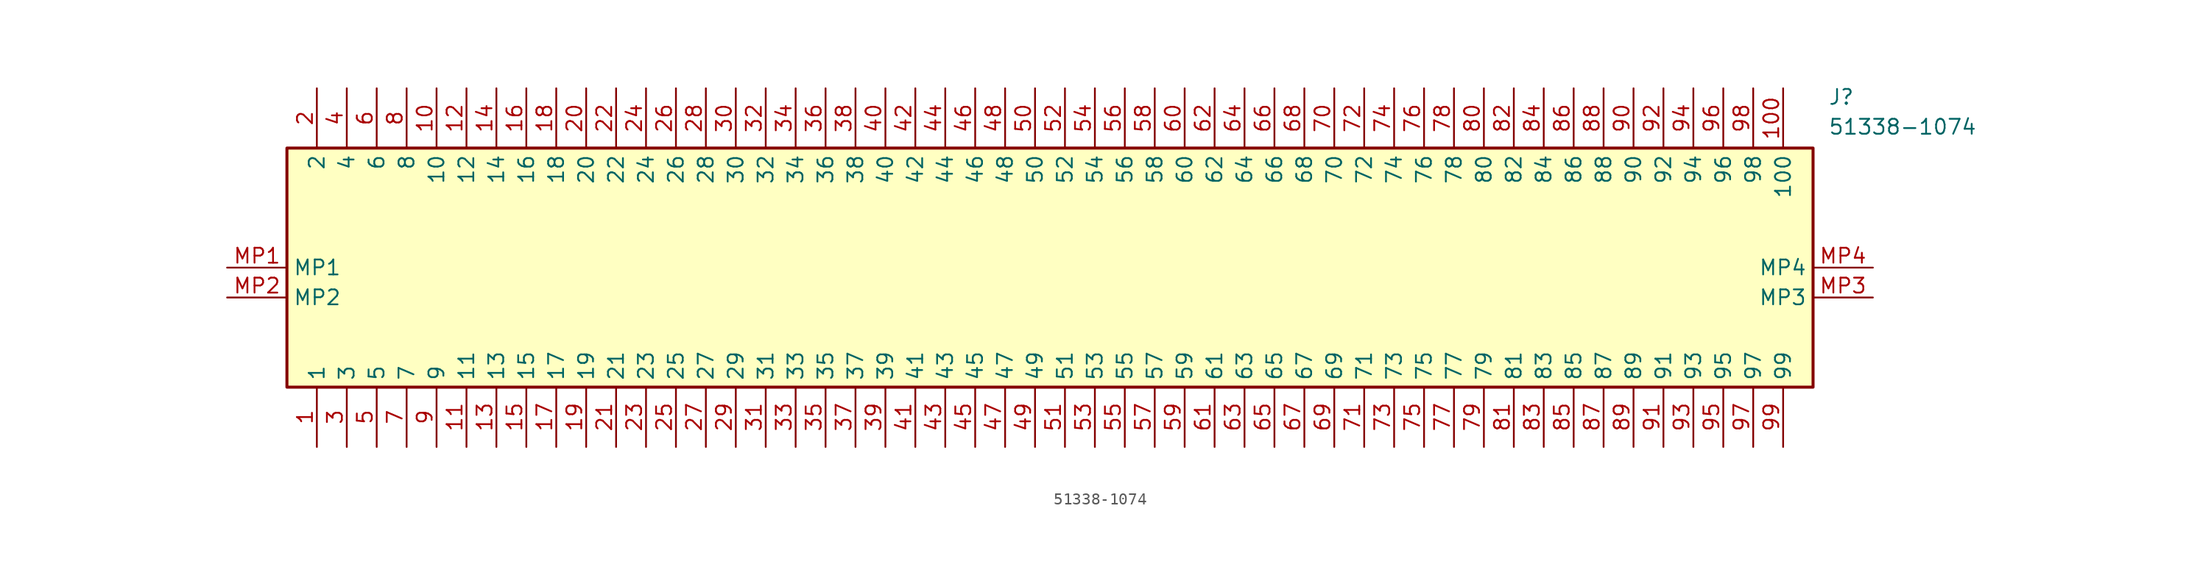
<source format=kicad_sym>
(kicad_symbol_lib
  (version 20241209)
  (generator "kicad_symbol_editor")
  (generator_version "9.0")
  (symbol "51338-1074"
    (property "Reference" "J"
      (at 135.89 15.24 0)
      (effects (font (size 1.27 1.27)) (justify left top)))
    (property "Value" "51338-1074"
      (at 135.89 12.7 0)
      (effects (font (size 1.27 1.27)) (justify left top)))
    (symbol "51338-1074_1_1"
      (rectangle (start 5.08 10.16) (end 134.62 -10.16) (stroke (width 0.254) (type default)) (fill (type background)))
      (pin passive line (at 0 0 0) (length 5.08) (name "MP1" (effects (font (size 1.27 1.27)))) (number "MP1" (effects (font (size 1.27 1.27)))))
      (pin passive line (at 0 -2.54 0) (length 5.08) (name "MP2" (effects (font (size 1.27 1.27)))) (number "MP2" (effects (font (size 1.27 1.27)))))
      (pin passive line (at 7.62 15.24 270) (length 5.08) (name "2" (effects (font (size 1.27 1.27)))) (number "2" (effects (font (size 1.27 1.27)))))
      (pin passive line (at 7.62 -15.24 90) (length 5.08) (name "1" (effects (font (size 1.27 1.27)))) (number "1" (effects (font (size 1.27 1.27)))))
      (pin passive line (at 10.16 15.24 270) (length 5.08) (name "4" (effects (font (size 1.27 1.27)))) (number "4" (effects (font (size 1.27 1.27)))))
      (pin passive line (at 10.16 -15.24 90) (length 5.08) (name "3" (effects (font (size 1.27 1.27)))) (number "3" (effects (font (size 1.27 1.27)))))
      (pin passive line (at 12.7 15.24 270) (length 5.08) (name "6" (effects (font (size 1.27 1.27)))) (number "6" (effects (font (size 1.27 1.27)))))
      (pin passive line (at 12.7 -15.24 90) (length 5.08) (name "5" (effects (font (size 1.27 1.27)))) (number "5" (effects (font (size 1.27 1.27)))))
      (pin passive line (at 15.24 15.24 270) (length 5.08) (name "8" (effects (font (size 1.27 1.27)))) (number "8" (effects (font (size 1.27 1.27)))))
      (pin passive line (at 15.24 -15.24 90) (length 5.08) (name "7" (effects (font (size 1.27 1.27)))) (number "7" (effects (font (size 1.27 1.27)))))
      (pin passive line (at 17.78 15.24 270) (length 5.08) (name "10" (effects (font (size 1.27 1.27)))) (number "10" (effects (font (size 1.27 1.27)))))
      (pin passive line (at 17.78 -15.24 90) (length 5.08) (name "9" (effects (font (size 1.27 1.27)))) (number "9" (effects (font (size 1.27 1.27)))))
      (pin passive line (at 20.32 15.24 270) (length 5.08) (name "12" (effects (font (size 1.27 1.27)))) (number "12" (effects (font (size 1.27 1.27)))))
      (pin passive line (at 20.32 -15.24 90) (length 5.08) (name "11" (effects (font (size 1.27 1.27)))) (number "11" (effects (font (size 1.27 1.27)))))
      (pin passive line (at 22.86 15.24 270) (length 5.08) (name "14" (effects (font (size 1.27 1.27)))) (number "14" (effects (font (size 1.27 1.27)))))
      (pin passive line (at 22.86 -15.24 90) (length 5.08) (name "13" (effects (font (size 1.27 1.27)))) (number "13" (effects (font (size 1.27 1.27)))))
      (pin passive line (at 25.4 15.24 270) (length 5.08) (name "16" (effects (font (size 1.27 1.27)))) (number "16" (effects (font (size 1.27 1.27)))))
      (pin passive line (at 25.4 -15.24 90) (length 5.08) (name "15" (effects (font (size 1.27 1.27)))) (number "15" (effects (font (size 1.27 1.27)))))
      (pin passive line (at 27.94 15.24 270) (length 5.08) (name "18" (effects (font (size 1.27 1.27)))) (number "18" (effects (font (size 1.27 1.27)))))
      (pin passive line (at 27.94 -15.24 90) (length 5.08) (name "17" (effects (font (size 1.27 1.27)))) (number "17" (effects (font (size 1.27 1.27)))))
      (pin passive line (at 30.48 15.24 270) (length 5.08) (name "20" (effects (font (size 1.27 1.27)))) (number "20" (effects (font (size 1.27 1.27)))))
      (pin passive line (at 30.48 -15.24 90) (length 5.08) (name "19" (effects (font (size 1.27 1.27)))) (number "19" (effects (font (size 1.27 1.27)))))
      (pin passive line (at 33.02 15.24 270) (length 5.08) (name "22" (effects (font (size 1.27 1.27)))) (number "22" (effects (font (size 1.27 1.27)))))
      (pin passive line (at 33.02 -15.24 90) (length 5.08) (name "21" (effects (font (size 1.27 1.27)))) (number "21" (effects (font (size 1.27 1.27)))))
      (pin passive line (at 35.56 15.24 270) (length 5.08) (name "24" (effects (font (size 1.27 1.27)))) (number "24" (effects (font (size 1.27 1.27)))))
      (pin passive line (at 35.56 -15.24 90) (length 5.08) (name "23" (effects (font (size 1.27 1.27)))) (number "23" (effects (font (size 1.27 1.27)))))
      (pin passive line (at 38.1 15.24 270) (length 5.08) (name "26" (effects (font (size 1.27 1.27)))) (number "26" (effects (font (size 1.27 1.27)))))
      (pin passive line (at 38.1 -15.24 90) (length 5.08) (name "25" (effects (font (size 1.27 1.27)))) (number "25" (effects (font (size 1.27 1.27)))))
      (pin passive line (at 40.64 15.24 270) (length 5.08) (name "28" (effects (font (size 1.27 1.27)))) (number "28" (effects (font (size 1.27 1.27)))))
      (pin passive line (at 40.64 -15.24 90) (length 5.08) (name "27" (effects (font (size 1.27 1.27)))) (number "27" (effects (font (size 1.27 1.27)))))
      (pin passive line (at 43.18 15.24 270) (length 5.08) (name "30" (effects (font (size 1.27 1.27)))) (number "30" (effects (font (size 1.27 1.27)))))
      (pin passive line (at 43.18 -15.24 90) (length 5.08) (name "29" (effects (font (size 1.27 1.27)))) (number "29" (effects (font (size 1.27 1.27)))))
      (pin passive line (at 45.72 15.24 270) (length 5.08) (name "32" (effects (font (size 1.27 1.27)))) (number "32" (effects (font (size 1.27 1.27)))))
      (pin passive line (at 45.72 -15.24 90) (length 5.08) (name "31" (effects (font (size 1.27 1.27)))) (number "31" (effects (font (size 1.27 1.27)))))
      (pin passive line (at 48.26 15.24 270) (length 5.08) (name "34" (effects (font (size 1.27 1.27)))) (number "34" (effects (font (size 1.27 1.27)))))
      (pin passive line (at 48.26 -15.24 90) (length 5.08) (name "33" (effects (font (size 1.27 1.27)))) (number "33" (effects (font (size 1.27 1.27)))))
      (pin passive line (at 50.8 15.24 270) (length 5.08) (name "36" (effects (font (size 1.27 1.27)))) (number "36" (effects (font (size 1.27 1.27)))))
      (pin passive line (at 50.8 -15.24 90) (length 5.08) (name "35" (effects (font (size 1.27 1.27)))) (number "35" (effects (font (size 1.27 1.27)))))
      (pin passive line (at 53.34 15.24 270) (length 5.08) (name "38" (effects (font (size 1.27 1.27)))) (number "38" (effects (font (size 1.27 1.27)))))
      (pin passive line (at 53.34 -15.24 90) (length 5.08) (name "37" (effects (font (size 1.27 1.27)))) (number "37" (effects (font (size 1.27 1.27)))))
      (pin passive line (at 55.88 15.24 270) (length 5.08) (name "40" (effects (font (size 1.27 1.27)))) (number "40" (effects (font (size 1.27 1.27)))))
      (pin passive line (at 55.88 -15.24 90) (length 5.08) (name "39" (effects (font (size 1.27 1.27)))) (number "39" (effects (font (size 1.27 1.27)))))
      (pin passive line (at 58.42 15.24 270) (length 5.08) (name "42" (effects (font (size 1.27 1.27)))) (number "42" (effects (font (size 1.27 1.27)))))
      (pin passive line (at 58.42 -15.24 90) (length 5.08) (name "41" (effects (font (size 1.27 1.27)))) (number "41" (effects (font (size 1.27 1.27)))))
      (pin passive line (at 60.96 15.24 270) (length 5.08) (name "44" (effects (font (size 1.27 1.27)))) (number "44" (effects (font (size 1.27 1.27)))))
      (pin passive line (at 60.96 -15.24 90) (length 5.08) (name "43" (effects (font (size 1.27 1.27)))) (number "43" (effects (font (size 1.27 1.27)))))
      (pin passive line (at 63.5 15.24 270) (length 5.08) (name "46" (effects (font (size 1.27 1.27)))) (number "46" (effects (font (size 1.27 1.27)))))
      (pin passive line (at 63.5 -15.24 90) (length 5.08) (name "45" (effects (font (size 1.27 1.27)))) (number "45" (effects (font (size 1.27 1.27)))))
      (pin passive line (at 66.04 15.24 270) (length 5.08) (name "48" (effects (font (size 1.27 1.27)))) (number "48" (effects (font (size 1.27 1.27)))))
      (pin passive line (at 66.04 -15.24 90) (length 5.08) (name "47" (effects (font (size 1.27 1.27)))) (number "47" (effects (font (size 1.27 1.27)))))
      (pin passive line (at 68.58 15.24 270) (length 5.08) (name "50" (effects (font (size 1.27 1.27)))) (number "50" (effects (font (size 1.27 1.27)))))
      (pin passive line (at 68.58 -15.24 90) (length 5.08) (name "49" (effects (font (size 1.27 1.27)))) (number "49" (effects (font (size 1.27 1.27)))))
      (pin passive line (at 71.12 15.24 270) (length 5.08) (name "52" (effects (font (size 1.27 1.27)))) (number "52" (effects (font (size 1.27 1.27)))))
      (pin passive line (at 71.12 -15.24 90) (length 5.08) (name "51" (effects (font (size 1.27 1.27)))) (number "51" (effects (font (size 1.27 1.27)))))
      (pin passive line (at 73.66 15.24 270) (length 5.08) (name "54" (effects (font (size 1.27 1.27)))) (number "54" (effects (font (size 1.27 1.27)))))
      (pin passive line (at 73.66 -15.24 90) (length 5.08) (name "53" (effects (font (size 1.27 1.27)))) (number "53" (effects (font (size 1.27 1.27)))))
      (pin passive line (at 76.2 15.24 270) (length 5.08) (name "56" (effects (font (size 1.27 1.27)))) (number "56" (effects (font (size 1.27 1.27)))))
      (pin passive line (at 76.2 -15.24 90) (length 5.08) (name "55" (effects (font (size 1.27 1.27)))) (number "55" (effects (font (size 1.27 1.27)))))
      (pin passive line (at 78.74 15.24 270) (length 5.08) (name "58" (effects (font (size 1.27 1.27)))) (number "58" (effects (font (size 1.27 1.27)))))
      (pin passive line (at 78.74 -15.24 90) (length 5.08) (name "57" (effects (font (size 1.27 1.27)))) (number "57" (effects (font (size 1.27 1.27)))))
      (pin passive line (at 81.28 15.24 270) (length 5.08) (name "60" (effects (font (size 1.27 1.27)))) (number "60" (effects (font (size 1.27 1.27)))))
      (pin passive line (at 81.28 -15.24 90) (length 5.08) (name "59" (effects (font (size 1.27 1.27)))) (number "59" (effects (font (size 1.27 1.27)))))
      (pin passive line (at 83.82 15.24 270) (length 5.08) (name "62" (effects (font (size 1.27 1.27)))) (number "62" (effects (font (size 1.27 1.27)))))
      (pin passive line (at 83.82 -15.24 90) (length 5.08) (name "61" (effects (font (size 1.27 1.27)))) (number "61" (effects (font (size 1.27 1.27)))))
      (pin passive line (at 86.36 15.24 270) (length 5.08) (name "64" (effects (font (size 1.27 1.27)))) (number "64" (effects (font (size 1.27 1.27)))))
      (pin passive line (at 86.36 -15.24 90) (length 5.08) (name "63" (effects (font (size 1.27 1.27)))) (number "63" (effects (font (size 1.27 1.27)))))
      (pin passive line (at 88.9 15.24 270) (length 5.08) (name "66" (effects (font (size 1.27 1.27)))) (number "66" (effects (font (size 1.27 1.27)))))
      (pin passive line (at 88.9 -15.24 90) (length 5.08) (name "65" (effects (font (size 1.27 1.27)))) (number "65" (effects (font (size 1.27 1.27)))))
      (pin passive line (at 91.44 15.24 270) (length 5.08) (name "68" (effects (font (size 1.27 1.27)))) (number "68" (effects (font (size 1.27 1.27)))))
      (pin passive line (at 91.44 -15.24 90) (length 5.08) (name "67" (effects (font (size 1.27 1.27)))) (number "67" (effects (font (size 1.27 1.27)))))
      (pin passive line (at 93.98 15.24 270) (length 5.08) (name "70" (effects (font (size 1.27 1.27)))) (number "70" (effects (font (size 1.27 1.27)))))
      (pin passive line (at 93.98 -15.24 90) (length 5.08) (name "69" (effects (font (size 1.27 1.27)))) (number "69" (effects (font (size 1.27 1.27)))))
      (pin passive line (at 96.52 15.24 270) (length 5.08) (name "72" (effects (font (size 1.27 1.27)))) (number "72" (effects (font (size 1.27 1.27)))))
      (pin passive line (at 96.52 -15.24 90) (length 5.08) (name "71" (effects (font (size 1.27 1.27)))) (number "71" (effects (font (size 1.27 1.27)))))
      (pin passive line (at 99.06 15.24 270) (length 5.08) (name "74" (effects (font (size 1.27 1.27)))) (number "74" (effects (font (size 1.27 1.27)))))
      (pin passive line (at 99.06 -15.24 90) (length 5.08) (name "73" (effects (font (size 1.27 1.27)))) (number "73" (effects (font (size 1.27 1.27)))))
      (pin passive line (at 101.6 15.24 270) (length 5.08) (name "76" (effects (font (size 1.27 1.27)))) (number "76" (effects (font (size 1.27 1.27)))))
      (pin passive line (at 101.6 -15.24 90) (length 5.08) (name "75" (effects (font (size 1.27 1.27)))) (number "75" (effects (font (size 1.27 1.27)))))
      (pin passive line (at 104.14 15.24 270) (length 5.08) (name "78" (effects (font (size 1.27 1.27)))) (number "78" (effects (font (size 1.27 1.27)))))
      (pin passive line (at 104.14 -15.24 90) (length 5.08) (name "77" (effects (font (size 1.27 1.27)))) (number "77" (effects (font (size 1.27 1.27)))))
      (pin passive line (at 106.68 15.24 270) (length 5.08) (name "80" (effects (font (size 1.27 1.27)))) (number "80" (effects (font (size 1.27 1.27)))))
      (pin passive line (at 106.68 -15.24 90) (length 5.08) (name "79" (effects (font (size 1.27 1.27)))) (number "79" (effects (font (size 1.27 1.27)))))
      (pin passive line (at 109.22 15.24 270) (length 5.08) (name "82" (effects (font (size 1.27 1.27)))) (number "82" (effects (font (size 1.27 1.27)))))
      (pin passive line (at 109.22 -15.24 90) (length 5.08) (name "81" (effects (font (size 1.27 1.27)))) (number "81" (effects (font (size 1.27 1.27)))))
      (pin passive line (at 111.76 15.24 270) (length 5.08) (name "84" (effects (font (size 1.27 1.27)))) (number "84" (effects (font (size 1.27 1.27)))))
      (pin passive line (at 111.76 -15.24 90) (length 5.08) (name "83" (effects (font (size 1.27 1.27)))) (number "83" (effects (font (size 1.27 1.27)))))
      (pin passive line (at 114.3 15.24 270) (length 5.08) (name "86" (effects (font (size 1.27 1.27)))) (number "86" (effects (font (size 1.27 1.27)))))
      (pin passive line (at 114.3 -15.24 90) (length 5.08) (name "85" (effects (font (size 1.27 1.27)))) (number "85" (effects (font (size 1.27 1.27)))))
      (pin passive line (at 116.84 15.24 270) (length 5.08) (name "88" (effects (font (size 1.27 1.27)))) (number "88" (effects (font (size 1.27 1.27)))))
      (pin passive line (at 116.84 -15.24 90) (length 5.08) (name "87" (effects (font (size 1.27 1.27)))) (number "87" (effects (font (size 1.27 1.27)))))
      (pin passive line (at 119.38 15.24 270) (length 5.08) (name "90" (effects (font (size 1.27 1.27)))) (number "90" (effects (font (size 1.27 1.27)))))
      (pin passive line (at 119.38 -15.24 90) (length 5.08) (name "89" (effects (font (size 1.27 1.27)))) (number "89" (effects (font (size 1.27 1.27)))))
      (pin passive line (at 121.92 15.24 270) (length 5.08) (name "92" (effects (font (size 1.27 1.27)))) (number "92" (effects (font (size 1.27 1.27)))))
      (pin passive line (at 121.92 -15.24 90) (length 5.08) (name "91" (effects (font (size 1.27 1.27)))) (number "91" (effects (font (size 1.27 1.27)))))
      (pin passive line (at 124.46 15.24 270) (length 5.08) (name "94" (effects (font (size 1.27 1.27)))) (number "94" (effects (font (size 1.27 1.27)))))
      (pin passive line (at 124.46 -15.24 90) (length 5.08) (name "93" (effects (font (size 1.27 1.27)))) (number "93" (effects (font (size 1.27 1.27)))))
      (pin passive line (at 127 15.24 270) (length 5.08) (name "96" (effects (font (size 1.27 1.27)))) (number "96" (effects (font (size 1.27 1.27)))))
      (pin passive line (at 127 -15.24 90) (length 5.08) (name "95" (effects (font (size 1.27 1.27)))) (number "95" (effects (font (size 1.27 1.27)))))
      (pin passive line (at 129.54 15.24 270) (length 5.08) (name "98" (effects (font (size 1.27 1.27)))) (number "98" (effects (font (size 1.27 1.27)))))
      (pin passive line (at 129.54 -15.24 90) (length 5.08) (name "97" (effects (font (size 1.27 1.27)))) (number "97" (effects (font (size 1.27 1.27)))))
      (pin passive line (at 132.08 15.24 270) (length 5.08) (name "100" (effects (font (size 1.27 1.27)))) (number "100" (effects (font (size 1.27 1.27)))))
      (pin passive line (at 132.08 -15.24 90) (length 5.08) (name "99" (effects (font (size 1.27 1.27)))) (number "99" (effects (font (size 1.27 1.27)))))
      (pin passive line (at 139.7 0 180) (length 5.08) (name "MP4" (effects (font (size 1.27 1.27)))) (number "MP4" (effects (font (size 1.27 1.27)))))
      (pin passive line (at 139.7 -2.54 180) (length 5.08) (name "MP3" (effects (font (size 1.27 1.27)))) (number "MP3" (effects (font (size 1.27 1.27))))))))
</source>
